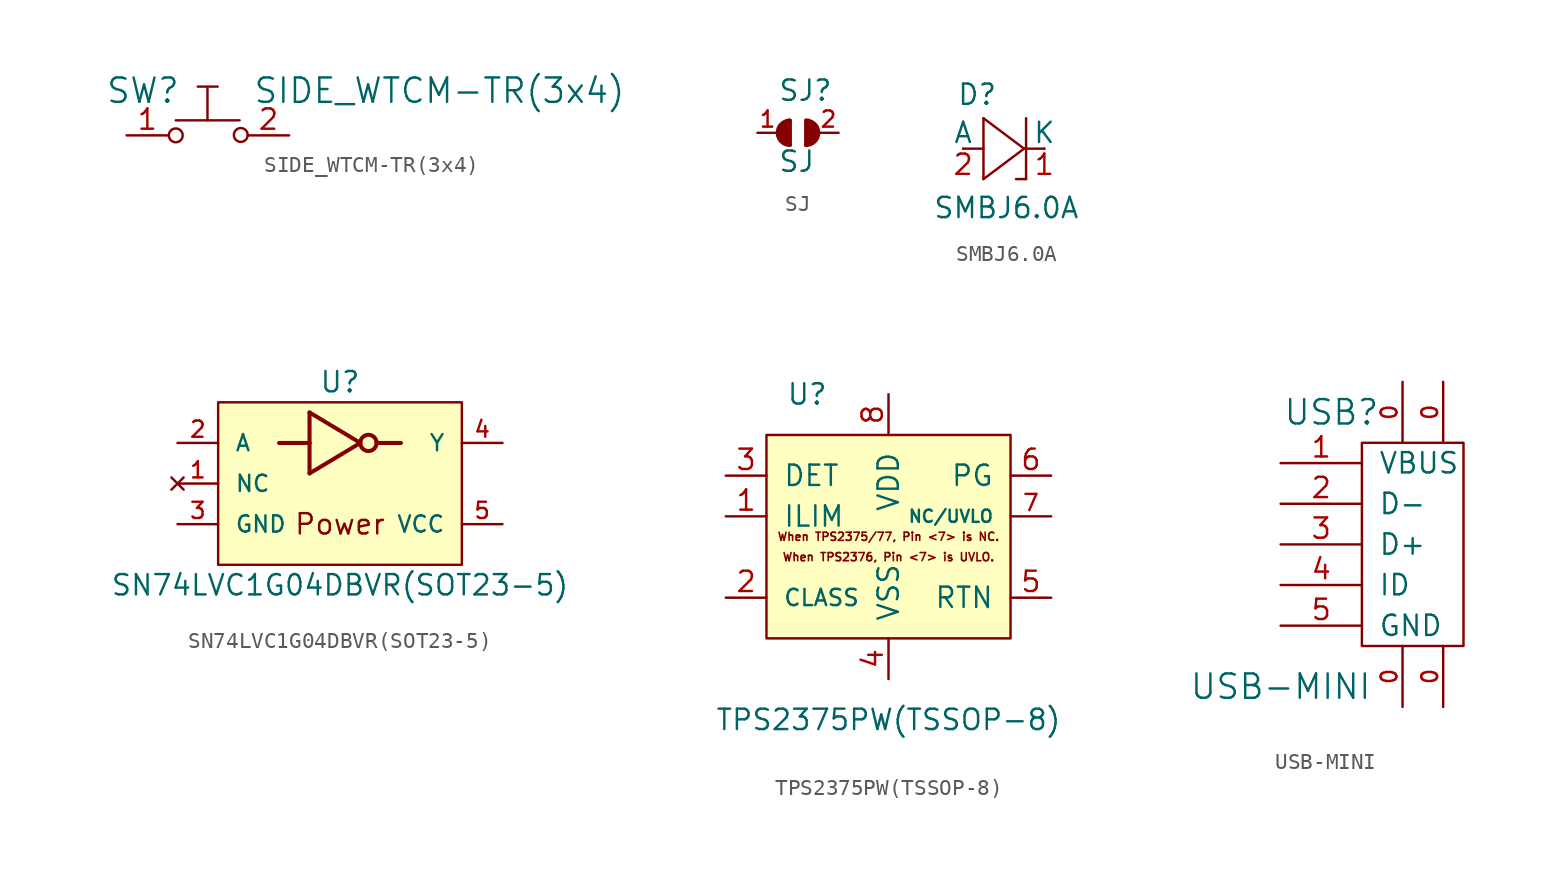
<source format=kicad_sym>
(kicad_symbol_lib
  (version 20231120)
  (generator "kicad_symbol_editor")
  (generator_version "8.0")
  (symbol "SIDE_WTCM-TR(3x4)"
    (pin_names
      (offset 1.016))
    (property "Reference" "SW"
      (at -4.064 2.794 0)
      (effects (font (size 1.524 1.524))))
    (property "Value" "SIDE_WTCM-TR(3x4)"
      (at 14.478 2.794 0)
      (effects (font (size 1.524 1.524))))
    (property "Footprint" ""
      (at -0.025 0.965 0)
      (effects (font (size 1.524 1.524))))
    (property "Datasheet" ""
      (at -0.025 0.965 0)
      (effects (font (size 1.524 1.524))))
    (symbol "SIDE_WTCM-TR(3x4)_0_1"
      (circle (center -2.007 0) (radius 0.432) (stroke (width 0) (type solid)) (fill (type none)))
      (polyline (pts (xy -0.635 3.048) (xy 0.61 3.048)) (stroke (width 0) (type solid)) (fill (type none)))
      (polyline (pts (xy -0.025 0.94) (xy -2.007 0.94)) (stroke (width 0) (type solid)) (fill (type none)))
      (polyline (pts (xy -0.025 0.94) (xy 1.981 0.94)) (stroke (width 0) (type solid)) (fill (type none)))
      (polyline (pts (xy -0.025 1.016) (xy -0.025 2.972)) (stroke (width 0) (type solid)) (fill (type none)))
      (circle (center 2.057 0.025) (radius 0.432) (stroke (width 0) (type solid)) (fill (type none))))
    (symbol "SIDE_WTCM-TR(3x4)_1_1"
      (pin passive line (at -5.08 0 0) (length 2.591) (name "~" (effects (font (size 1.27 1.27)))) (number "1" (effects (font (size 1.27 1.27)))))
      (pin passive line (at 5.08 0 180) (length 2.591) (name "~" (effects (font (size 1.27 1.27)))) (number "2" (effects (font (size 1.27 1.27)))))))
  (symbol "SJ"
    (pin_names
      (offset 1.016) hide)
    (property "Reference" "SJ"
      (at -1.27 1.905 0)
      (effects (font (size 1.27 1.27)) (justify left bottom)))
    (property "Value" "SJ"
      (at -1.27 -2.54 0)
      (effects (font (size 1.27 1.27)) (justify left bottom)))
    (property "Datasheet" ""
      (at 0 0 0)
      (effects (font (size 1.524 1.524))))
    (symbol "SJ_0_1"
      (arc (start -0.508 0.762) (mid -1.27 0) (end -0.508 -0.762) (stroke (width 0.254) (type solid)) (fill (type none)))
      (polyline (pts (xy -1.143 0.381) (xy -1.143 -0.254)) (stroke (width 0.254) (type solid)) (fill (type none)))
      (polyline (pts (xy -1.016 0.508) (xy -1.016 -0.508)) (stroke (width 0.254) (type solid)) (fill (type none)))
      (polyline (pts (xy -0.889 0.508) (xy -0.889 -0.508)) (stroke (width 0.254) (type solid)) (fill (type none)))
      (polyline (pts (xy -0.762 0.635) (xy -0.762 -0.635)) (stroke (width 0.254) (type solid)) (fill (type none)))
      (polyline (pts (xy -0.635 0.762) (xy -0.635 -0.635)) (stroke (width 0.254) (type solid)) (fill (type none)))
      (polyline (pts (xy -0.508 0.762) (xy -0.508 -0.762)) (stroke (width 0.254) (type solid)) (fill (type none)))
      (polyline (pts (xy 0.508 0.762) (xy 0.508 -0.762)) (stroke (width 0.254) (type solid)) (fill (type none)))
      (polyline (pts (xy 0.635 0.762) (xy 0.635 -0.635)) (stroke (width 0.254) (type solid)) (fill (type none)))
      (polyline (pts (xy 0.762 0.635) (xy 0.762 -0.635)) (stroke (width 0.254) (type solid)) (fill (type none)))
      (polyline (pts (xy 0.889 0.508) (xy 0.889 -0.508)) (stroke (width 0.254) (type solid)) (fill (type none)))
      (polyline (pts (xy 1.016 0.508) (xy 1.016 -0.381)) (stroke (width 0.254) (type solid)) (fill (type none)))
      (polyline (pts (xy 1.143 0.381) (xy 1.143 -0.381)) (stroke (width 0.254) (type solid)) (fill (type none)))
      (arc (start 0.508 -0.762) (mid 1.0468 -0.5388) (end 1.27 0) (stroke (width 0.254) (type solid)) (fill (type none)))
      (arc (start 1.27 0) (mid 1.0468 0.5388) (end 0.508 0.762) (stroke (width 0.254) (type solid)) (fill (type none))))
    (symbol "SJ_1_1"
      (pin passive line (at -2.54 0 0) (length 1.27) (name "1" (effects (font (size 0.508 0.508)))) (number "1" (effects (font (size 1.016 1.016)))))
      (pin passive line (at 2.54 0 180) (length 1.27) (name "2" (effects (font (size 0.508 0.508)))) (number "2" (effects (font (size 1.016 1.016)))))))
  (symbol "SMBJ6.0A"
    (pin_names
      (offset 0))
    (property "Reference" "D"
      (at -2.946 2.642 0)
      (effects (font (size 1.27 1.27)) (justify left bottom)))
    (property "Value" "SMBJ6.0A"
      (at -4.445 -4.445 0)
      (effects (font (size 1.27 1.27)) (justify left bottom)))
    (property "Datasheet" ""
      (at 0 0 0)
      (effects (font (size 1.524 1.524))))
    (symbol "SMBJ6.0A_0_1"
      (rectangle (start -2.54 0) (end -1.27 0) (stroke (width 0) (type solid)) (fill (type none)))
      (rectangle (start 1.27 0) (end 2.54 0) (stroke (width 0) (type solid)) (fill (type none))))
    (symbol "SMBJ6.0A_1_0"
      (polyline (pts (xy -1.27 -1.905) (xy 1.27 0)) (stroke (width 0) (type solid)) (fill (type none)))
      (polyline (pts (xy -1.27 1.905) (xy -1.27 -1.905)) (stroke (width 0) (type solid)) (fill (type none)))
      (polyline (pts (xy 1.27 0) (xy -1.27 1.905)) (stroke (width 0) (type solid)) (fill (type none)))
      (polyline (pts (xy 1.397 -1.905) (xy 0.762 -1.905)) (stroke (width 0) (type solid)) (fill (type none)))
      (polyline (pts (xy 1.397 1.905) (xy 1.397 -1.905)) (stroke (width 0) (type solid)) (fill (type none))))
    (symbol "SMBJ6.0A_1_1"
      (pin passive line (at 2.54 0 180) (length 0) (name "K" (effects (font (size 1.27 1.27)))) (number "1" (effects (font (size 1.27 1.27)))))
      (pin passive line (at -2.54 0 0) (length 0) (name "A" (effects (font (size 1.27 1.27)))) (number "2" (effects (font (size 1.27 1.27)))))))
  (symbol "SN74LVC1G04DBVR(SOT23-5)"
    (pin_names
      (offset 1.016))
    (property "Reference" "U"
      (at 0 6.35 0)
      (effects (font (size 1.27 1.27))))
    (property "Value" "SN74LVC1G04DBVR(SOT23-5)"
      (at 0 -6.35 0)
      (effects (font (size 1.27 1.27))))
    (symbol "SN74LVC1G04DBVR(SOT23-5)_0_1"
      (circle (center 1.778 2.54) (radius 0.508) (stroke (width 0.254) (type solid)) (fill (type none))))
    (symbol "SN74LVC1G04DBVR(SOT23-5)_1_1"
      (rectangle (start -7.62 5.08) (end 7.62 -5.08) (stroke (width 0) (type solid)) (fill (type background)))
      (polyline (pts (xy -1.905 0.635) (xy 1.27 2.54)) (stroke (width 0.254) (type solid)) (fill (type none)))
      (polyline (pts (xy -1.905 2.54) (xy -3.81 2.54)) (stroke (width 0.254) (type solid)) (fill (type none)))
      (polyline (pts (xy -1.905 2.54) (xy -1.905 0.635)) (stroke (width 0.254) (type solid)) (fill (type none)))
      (polyline (pts (xy -1.905 4.445) (xy -1.905 2.54)) (stroke (width 0.254) (type solid)) (fill (type none)))
      (polyline (pts (xy -1.905 4.445) (xy 1.27 2.54)) (stroke (width 0.254) (type solid)) (fill (type none)))
      (polyline (pts (xy 2.286 2.54) (xy 3.81 2.54)) (stroke (width 0.254) (type solid)) (fill (type none)))
      (text "Power" (at 0 -2.54 0) (effects (font (size 1.27 1.27))))
      (pin no_connect line (at -10.16 0 0) (length 2.54) (name "NC" (effects (font (size 1.016 1.016)))) (number "1" (effects (font (size 1.016 1.016)))))
      (pin input line (at -10.16 2.54 0) (length 2.54) (name "A" (effects (font (size 1.016 1.016)))) (number "2" (effects (font (size 1.016 1.016)))))
      (pin power_in line (at -10.16 -2.54 0) (length 2.54) (name "GND" (effects (font (size 1.016 1.016)))) (number "3" (effects (font (size 1.016 1.016)))))
      (pin output line (at 10.16 2.54 180) (length 2.54) (name "Y" (effects (font (size 1.016 1.016)))) (number "4" (effects (font (size 1.016 1.016)))))
      (pin power_in line (at 10.16 -2.54 180) (length 2.54) (name "VCC" (effects (font (size 1.016 1.016)))) (number "5" (effects (font (size 1.016 1.016)))))))
  (symbol "TPS2375PW(TSSOP-8)"
    (pin_names
      (offset 1.016))
    (property "Reference" "U"
      (at -5.08 10.16 0)
      (effects (font (size 1.27 1.27))))
    (property "Value" "TPS2375PW(TSSOP-8)"
      (at 0 -10.16 0)
      (effects (font (size 1.27 1.27))))
    (symbol "TPS2375PW(TSSOP-8)_0_0"
      (text "When TPS2375/77, Pin <7> is NC." (at 0 1.27 0) (effects (font (size 0.508 0.508) (bold yes))))
      (text "When TPS2376, Pin <7> is UVLO." (at 0 0 0) (effects (font (size 0.508 0.508) (bold yes)))))
    (symbol "TPS2375PW(TSSOP-8)_0_1"
      (rectangle (start -7.62 7.62) (end 7.62 -5.08) (stroke (width 0) (type solid)) (fill (type background))))
    (symbol "TPS2375PW(TSSOP-8)_1_1"
      (pin output line (at -10.16 2.54 0) (length 2.54) (name "ILIM" (effects (font (size 1.27 1.27)))) (number "1" (effects (font (size 1.27 1.27)))))
      (pin output line (at -10.16 -2.54 0) (length 2.54) (name "CLASS" (effects (font (size 1.016 1.016)))) (number "2" (effects (font (size 1.27 1.27)))))
      (pin output line (at -10.16 5.08 0) (length 2.54) (name "DET" (effects (font (size 1.27 1.27)))) (number "3" (effects (font (size 1.27 1.27)))))
      (pin power_in line (at 0 -7.62 90) (length 2.54) (name "VSS" (effects (font (size 1.27 1.27)))) (number "4" (effects (font (size 1.27 1.27)))))
      (pin power_out line (at 10.16 -2.54 180) (length 2.54) (name "RTN" (effects (font (size 1.27 1.27)))) (number "5" (effects (font (size 1.27 1.27)))))
      (pin open_collector line (at 10.16 5.08 180) (length 2.54) (name "PG" (effects (font (size 1.27 1.27)))) (number "6" (effects (font (size 1.27 1.27)))))
      (pin input line (at 10.16 2.54 180) (length 2.54) (name "NC/UVLO" (effects (font (size 0.762 0.762)))) (number "7" (effects (font (size 1.016 1.016)))))
      (pin power_in line (at 0 10.16 270) (length 2.54) (name "VDD" (effects (font (size 1.27 1.27)))) (number "8" (effects (font (size 1.27 1.27)))))))
  (symbol "USB-MINI"
    (pin_names
      (offset 1.016))
    (property "Reference" "USB"
      (at -4.445 8.255 0)
      (effects (font (size 1.524 1.524))))
    (property "Value" "USB-MINI"
      (at -7.62 -8.89 0)
      (effects (font (size 1.524 1.524))))
    (property "Footprint" ""
      (at 2.54 0 0)
      (effects (font (size 1.524 1.524))))
    (property "Datasheet" ""
      (at 2.54 0 0)
      (effects (font (size 1.524 1.524))))
    (symbol "USB-MINI_0_1"
      (rectangle (start 3.81 6.35) (end -2.54 -6.35) (stroke (width 0) (type solid)) (fill (type none))))
    (symbol "USB-MINI_1_1"
      (pin passive line (at 0 -10.16 90) (length 3.81) (name "~" (effects (font (size 0.991 0.991)))) (number "0" (effects (font (size 0.991 0.991)))))
      (pin passive line (at 0 10.16 270) (length 3.81) (name "~" (effects (font (size 0.991 0.991)))) (number "0" (effects (font (size 0.991 0.991)))))
      (pin passive line (at 2.54 -10.16 90) (length 3.81) (name "~" (effects (font (size 0.991 0.991)))) (number "0" (effects (font (size 0.991 0.991)))))
      (pin passive line (at 2.54 10.16 270) (length 3.81) (name "~" (effects (font (size 0.991 0.991)))) (number "0" (effects (font (size 0.991 0.991)))))
      (pin input line (at -7.62 5.08 0) (length 5.08) (name "VBUS" (effects (font (size 1.27 1.27)))) (number "1" (effects (font (size 1.27 1.27)))))
      (pin bidirectional line (at -7.62 2.54 0) (length 5.08) (name "D-" (effects (font (size 1.27 1.27)))) (number "2" (effects (font (size 1.27 1.27)))))
      (pin bidirectional line (at -7.62 0 0) (length 5.08) (name "D+" (effects (font (size 1.27 1.27)))) (number "3" (effects (font (size 1.27 1.27)))))
      (pin input line (at -7.62 -2.54 0) (length 5.08) (name "ID" (effects (font (size 1.27 1.27)))) (number "4" (effects (font (size 1.27 1.27)))))
      (pin power_in line (at -7.62 -5.08 0) (length 5.08) (name "GND" (effects (font (size 1.27 1.27)))) (number "5" (effects (font (size 1.27 1.27))))))))
</source>
